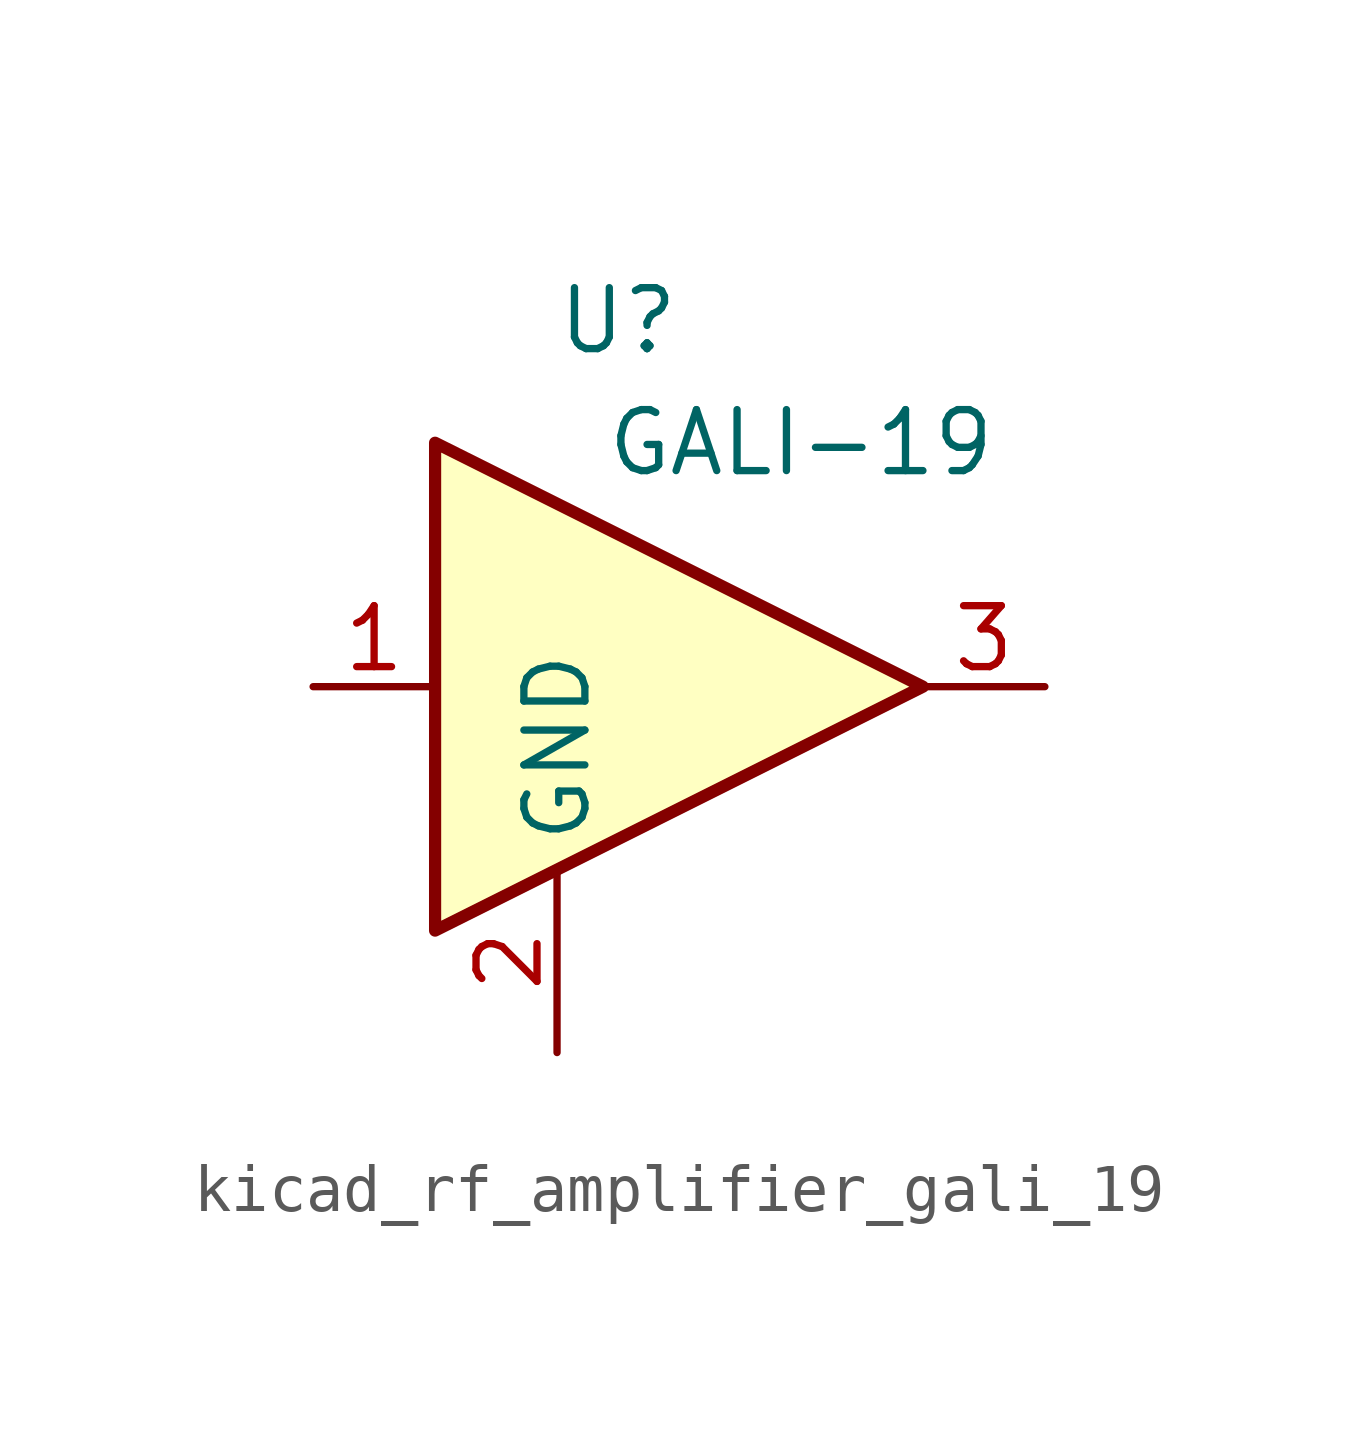
<source format=kicad_sym>
(kicad_symbol_lib
  (version 20220914)
  (generator kicad_symbol_editor)
  (symbol "kicad_rf_amplifier_gali_19"
    (property "Reference" "U"
      (at -1.27 7.62 0)
      (effects (font (size 1.27 1.27))))
    (property "Value" "GALI-19"
      (at 2.54 5.08 0)
      (effects (font (size 1.27 1.27))))
    (symbol "kicad_rf_amplifier_gali_19_0_1"
      (polyline (pts (xy 5.08 0) (xy -5.08 5.08) (xy -5.08 -5.08) (xy 5.08 0)) (stroke (width 0.254) (type default)) (fill (type background))))
    (symbol "kicad_rf_amplifier_gali_19_1_1"
      (pin input line (at -7.62 0 0) (length 2.54) (name "~" (effects (font (size 1.27 1.27)))) (number "1" (effects (font (size 1.27 1.27)))))
      (pin power_in line (at -2.54 -7.62 90) (length 3.81) (name "GND" (effects (font (size 1.27 1.27)))) (number "2" (effects (font (size 1.27 1.27)))))
      (pin output line (at 7.62 0 180) (length 2.54) (name "~" (effects (font (size 1.27 1.27)))) (number "3" (effects (font (size 1.27 1.27))))))))
</source>
